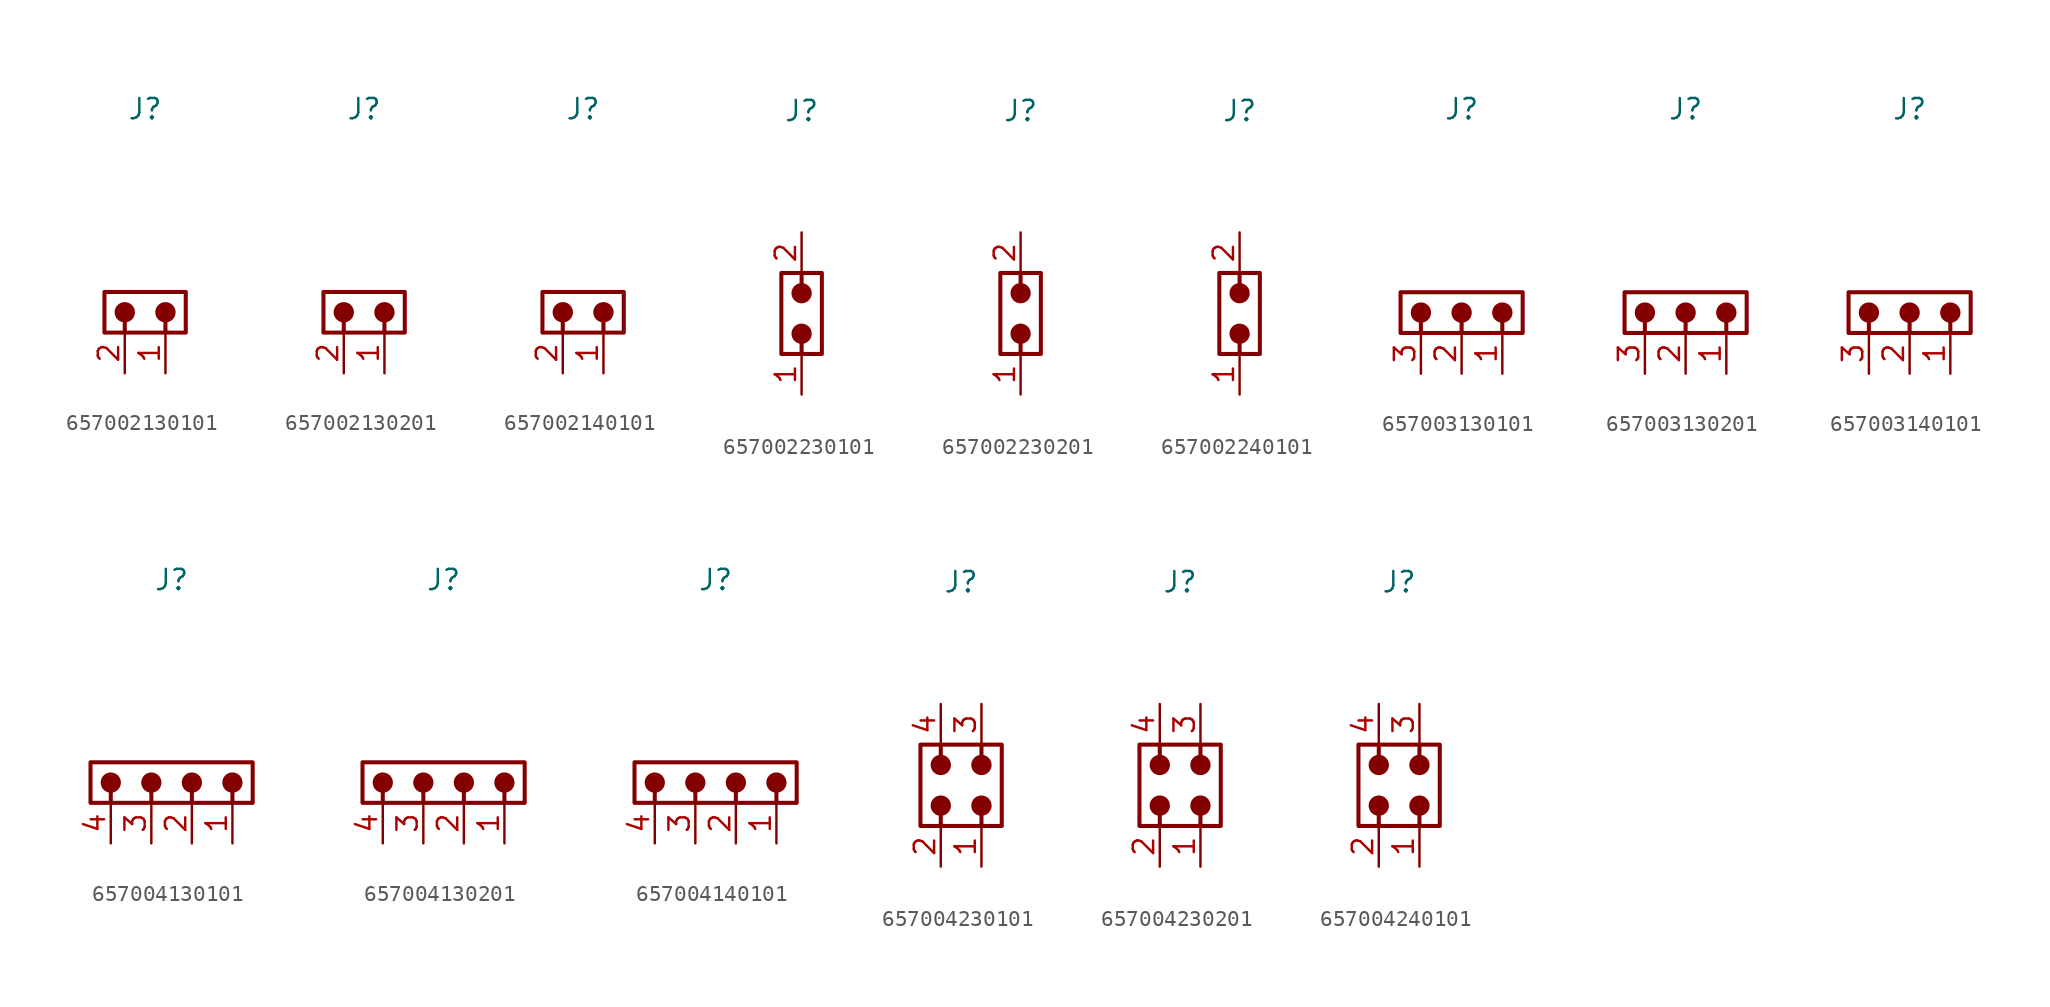
<source format=kicad_sym>
(kicad_symbol_lib
  (version 20241209)
  (generator "kicad_symbol_editor")
  (generator_version "9.0")
  (symbol "657002130101"
    (pin_names
      (hide yes))
    (property "Reference" "J"
      (at 0 12.7 0)
      (effects (font (size 1.27 1.27))))
    (symbol "657002130101_1_1"
      (rectangle (start -2.54 1.27) (end 2.54 -1.27) (stroke (width 0.254) (type solid)) (fill (type none)))
      (circle (center -1.27 0) (radius 0.508) (stroke (width 0.254) (type solid)) (fill (type outline)))
      (polyline (pts (xy -1.27 -0.508) (xy -1.27 -1.27)) (stroke (width 0.254) (type solid)) (fill (type none)))
      (circle (center 1.27 0) (radius 0.508) (stroke (width 0.254) (type solid)) (fill (type outline)))
      (polyline (pts (xy 1.27 -0.508) (xy 1.27 -1.27)) (stroke (width 0.254) (type solid)) (fill (type none)))
      (pin passive line (at -1.27 -3.81 90) (length 2.54) (name "2" (effects (font (size 1.27 1.27)))) (number "2" (effects (font (size 1.27 1.27)))))
      (pin passive line (at 1.27 -3.81 90) (length 2.54) (name "1" (effects (font (size 1.27 1.27)))) (number "1" (effects (font (size 1.27 1.27)))))))
  (symbol "657002130201"
    (pin_names
      (hide yes))
    (property "Reference" "J"
      (at 0 12.7 0)
      (effects (font (size 1.27 1.27))))
    (symbol "657002130201_1_1"
      (rectangle (start -2.54 1.27) (end 2.54 -1.27) (stroke (width 0.254) (type solid)) (fill (type none)))
      (circle (center -1.27 0) (radius 0.508) (stroke (width 0.254) (type solid)) (fill (type outline)))
      (polyline (pts (xy -1.27 -0.508) (xy -1.27 -1.27)) (stroke (width 0.254) (type solid)) (fill (type none)))
      (circle (center 1.27 0) (radius 0.508) (stroke (width 0.254) (type solid)) (fill (type outline)))
      (polyline (pts (xy 1.27 -0.508) (xy 1.27 -1.27)) (stroke (width 0.254) (type solid)) (fill (type none)))
      (pin passive line (at -1.27 -3.81 90) (length 2.54) (name "2" (effects (font (size 1.27 1.27)))) (number "2" (effects (font (size 1.27 1.27)))))
      (pin passive line (at 1.27 -3.81 90) (length 2.54) (name "1" (effects (font (size 1.27 1.27)))) (number "1" (effects (font (size 1.27 1.27)))))))
  (symbol "657002140101"
    (pin_names
      (hide yes))
    (property "Reference" "J"
      (at 0 12.7 0)
      (effects (font (size 1.27 1.27))))
    (symbol "657002140101_1_1"
      (rectangle (start -2.54 1.27) (end 2.54 -1.27) (stroke (width 0.254) (type solid)) (fill (type none)))
      (circle (center -1.27 0) (radius 0.508) (stroke (width 0.254) (type solid)) (fill (type outline)))
      (polyline (pts (xy -1.27 -0.508) (xy -1.27 -1.27)) (stroke (width 0.254) (type solid)) (fill (type none)))
      (circle (center 1.27 0) (radius 0.508) (stroke (width 0.254) (type solid)) (fill (type outline)))
      (polyline (pts (xy 1.27 -0.508) (xy 1.27 -1.27)) (stroke (width 0.254) (type solid)) (fill (type none)))
      (pin passive line (at -1.27 -3.81 90) (length 2.54) (name "2" (effects (font (size 1.27 1.27)))) (number "2" (effects (font (size 1.27 1.27)))))
      (pin passive line (at 1.27 -3.81 90) (length 2.54) (name "1" (effects (font (size 1.27 1.27)))) (number "1" (effects (font (size 1.27 1.27)))))))
  (symbol "657002230101"
    (pin_names
      (hide yes))
    (property "Reference" "J"
      (at 0 12.7 0)
      (effects (font (size 1.27 1.27))))
    (symbol "657002230101_1_1"
      (polyline (pts (xy 0 1.778) (xy 0 2.54)) (stroke (width 0.254) (type solid)) (fill (type none)))
      (circle (center 0 1.27) (radius 0.508) (stroke (width 0.254) (type solid)) (fill (type outline)))
      (circle (center 0 -1.27) (radius 0.508) (stroke (width 0.254) (type solid)) (fill (type outline)))
      (polyline (pts (xy 0 -1.778) (xy 0 -2.54)) (stroke (width 0.254) (type solid)) (fill (type none)))
      (rectangle (start 1.27 -2.54) (end -1.27 2.54) (stroke (width 0.254) (type solid)) (fill (type none)))
      (pin passive line (at 0 5.08 270) (length 2.54) (name "2" (effects (font (size 1.27 1.27)))) (number "2" (effects (font (size 1.27 1.27)))))
      (pin passive line (at 0 -5.08 90) (length 2.54) (name "1" (effects (font (size 1.27 1.27)))) (number "1" (effects (font (size 1.27 1.27)))))))
  (symbol "657002230201"
    (pin_names
      (hide yes))
    (property "Reference" "J"
      (at 0 12.7 0)
      (effects (font (size 1.27 1.27))))
    (symbol "657002230201_1_1"
      (polyline (pts (xy 0 1.778) (xy 0 2.54)) (stroke (width 0.254) (type solid)) (fill (type none)))
      (circle (center 0 1.27) (radius 0.508) (stroke (width 0.254) (type solid)) (fill (type outline)))
      (circle (center 0 -1.27) (radius 0.508) (stroke (width 0.254) (type solid)) (fill (type outline)))
      (polyline (pts (xy 0 -1.778) (xy 0 -2.54)) (stroke (width 0.254) (type solid)) (fill (type none)))
      (rectangle (start 1.27 -2.54) (end -1.27 2.54) (stroke (width 0.254) (type solid)) (fill (type none)))
      (pin passive line (at 0 5.08 270) (length 2.54) (name "2" (effects (font (size 1.27 1.27)))) (number "2" (effects (font (size 1.27 1.27)))))
      (pin passive line (at 0 -5.08 90) (length 2.54) (name "1" (effects (font (size 1.27 1.27)))) (number "1" (effects (font (size 1.27 1.27)))))))
  (symbol "657002240101"
    (pin_names
      (hide yes))
    (property "Reference" "J"
      (at 0 12.7 0)
      (effects (font (size 1.27 1.27))))
    (symbol "657002240101_1_1"
      (polyline (pts (xy 0 1.778) (xy 0 2.54)) (stroke (width 0.254) (type solid)) (fill (type none)))
      (circle (center 0 1.27) (radius 0.508) (stroke (width 0.254) (type solid)) (fill (type outline)))
      (circle (center 0 -1.27) (radius 0.508) (stroke (width 0.254) (type solid)) (fill (type outline)))
      (polyline (pts (xy 0 -1.778) (xy 0 -2.54)) (stroke (width 0.254) (type solid)) (fill (type none)))
      (rectangle (start 1.27 -2.54) (end -1.27 2.54) (stroke (width 0.254) (type solid)) (fill (type none)))
      (pin passive line (at 0 5.08 270) (length 2.54) (name "2" (effects (font (size 1.27 1.27)))) (number "2" (effects (font (size 1.27 1.27)))))
      (pin passive line (at 0 -5.08 90) (length 2.54) (name "1" (effects (font (size 1.27 1.27)))) (number "1" (effects (font (size 1.27 1.27)))))))
  (symbol "657003130101"
    (pin_names
      (hide yes))
    (property "Reference" "J"
      (at 0 12.7 0)
      (effects (font (size 1.27 1.27))))
    (symbol "657003130101_1_1"
      (rectangle (start -3.81 1.27) (end 3.81 -1.27) (stroke (width 0.254) (type solid)) (fill (type none)))
      (circle (center -2.54 0) (radius 0.508) (stroke (width 0.254) (type solid)) (fill (type outline)))
      (polyline (pts (xy -2.54 -0.508) (xy -2.54 -1.27)) (stroke (width 0.254) (type solid)) (fill (type none)))
      (circle (center 0 0) (radius 0.508) (stroke (width 0.254) (type solid)) (fill (type outline)))
      (polyline (pts (xy 0 -0.508) (xy 0 -1.27)) (stroke (width 0.254) (type solid)) (fill (type none)))
      (circle (center 2.54 0) (radius 0.508) (stroke (width 0.254) (type solid)) (fill (type outline)))
      (polyline (pts (xy 2.54 -0.508) (xy 2.54 -1.27)) (stroke (width 0.254) (type solid)) (fill (type none)))
      (pin passive line (at -2.54 -3.81 90) (length 2.54) (name "3" (effects (font (size 1.27 1.27)))) (number "3" (effects (font (size 1.27 1.27)))))
      (pin passive line (at 0 -3.81 90) (length 2.54) (name "2" (effects (font (size 1.27 1.27)))) (number "2" (effects (font (size 1.27 1.27)))))
      (pin passive line (at 2.54 -3.81 90) (length 2.54) (name "1" (effects (font (size 1.27 1.27)))) (number "1" (effects (font (size 1.27 1.27)))))))
  (symbol "657003130201"
    (pin_names
      (hide yes))
    (property "Reference" "J"
      (at 0 12.7 0)
      (effects (font (size 1.27 1.27))))
    (symbol "657003130201_1_1"
      (rectangle (start -3.81 1.27) (end 3.81 -1.27) (stroke (width 0.254) (type solid)) (fill (type none)))
      (circle (center -2.54 0) (radius 0.508) (stroke (width 0.254) (type solid)) (fill (type outline)))
      (polyline (pts (xy -2.54 -0.508) (xy -2.54 -1.27)) (stroke (width 0.254) (type solid)) (fill (type none)))
      (circle (center 0 0) (radius 0.508) (stroke (width 0.254) (type solid)) (fill (type outline)))
      (polyline (pts (xy 0 -0.508) (xy 0 -1.27)) (stroke (width 0.254) (type solid)) (fill (type none)))
      (circle (center 2.54 0) (radius 0.508) (stroke (width 0.254) (type solid)) (fill (type outline)))
      (polyline (pts (xy 2.54 -0.508) (xy 2.54 -1.27)) (stroke (width 0.254) (type solid)) (fill (type none)))
      (pin passive line (at -2.54 -3.81 90) (length 2.54) (name "3" (effects (font (size 1.27 1.27)))) (number "3" (effects (font (size 1.27 1.27)))))
      (pin passive line (at 0 -3.81 90) (length 2.54) (name "2" (effects (font (size 1.27 1.27)))) (number "2" (effects (font (size 1.27 1.27)))))
      (pin passive line (at 2.54 -3.81 90) (length 2.54) (name "1" (effects (font (size 1.27 1.27)))) (number "1" (effects (font (size 1.27 1.27)))))))
  (symbol "657003140101"
    (pin_names
      (hide yes))
    (property "Reference" "J"
      (at 0 12.7 0)
      (effects (font (size 1.27 1.27))))
    (symbol "657003140101_1_1"
      (rectangle (start -3.81 1.27) (end 3.81 -1.27) (stroke (width 0.254) (type solid)) (fill (type none)))
      (circle (center -2.54 0) (radius 0.508) (stroke (width 0.254) (type solid)) (fill (type outline)))
      (polyline (pts (xy -2.54 -0.508) (xy -2.54 -1.27)) (stroke (width 0.254) (type solid)) (fill (type none)))
      (circle (center 0 0) (radius 0.508) (stroke (width 0.254) (type solid)) (fill (type outline)))
      (polyline (pts (xy 0 -0.508) (xy 0 -1.27)) (stroke (width 0.254) (type solid)) (fill (type none)))
      (circle (center 2.54 0) (radius 0.508) (stroke (width 0.254) (type solid)) (fill (type outline)))
      (polyline (pts (xy 2.54 -0.508) (xy 2.54 -1.27)) (stroke (width 0.254) (type solid)) (fill (type none)))
      (pin passive line (at -2.54 -3.81 90) (length 2.54) (name "3" (effects (font (size 1.27 1.27)))) (number "3" (effects (font (size 1.27 1.27)))))
      (pin passive line (at 0 -3.81 90) (length 2.54) (name "2" (effects (font (size 1.27 1.27)))) (number "2" (effects (font (size 1.27 1.27)))))
      (pin passive line (at 2.54 -3.81 90) (length 2.54) (name "1" (effects (font (size 1.27 1.27)))) (number "1" (effects (font (size 1.27 1.27)))))))
  (symbol "657004130101"
    (pin_names
      (hide yes))
    (property "Reference" "J"
      (at 0 12.7 0)
      (effects (font (size 1.27 1.27))))
    (symbol "657004130101_1_1"
      (rectangle (start -5.08 1.27) (end 5.08 -1.27) (stroke (width 0.254) (type solid)) (fill (type none)))
      (circle (center -3.81 0) (radius 0.508) (stroke (width 0.254) (type solid)) (fill (type outline)))
      (polyline (pts (xy -3.81 -0.508) (xy -3.81 -1.27)) (stroke (width 0.254) (type solid)) (fill (type none)))
      (circle (center -1.27 0) (radius 0.508) (stroke (width 0.254) (type solid)) (fill (type outline)))
      (polyline (pts (xy -1.27 -0.508) (xy -1.27 -1.27)) (stroke (width 0.254) (type solid)) (fill (type none)))
      (circle (center 1.27 0) (radius 0.508) (stroke (width 0.254) (type solid)) (fill (type outline)))
      (polyline (pts (xy 1.27 -0.508) (xy 1.27 -1.27)) (stroke (width 0.254) (type solid)) (fill (type none)))
      (circle (center 3.81 0) (radius 0.508) (stroke (width 0.254) (type solid)) (fill (type outline)))
      (polyline (pts (xy 3.81 -0.508) (xy 3.81 -1.27)) (stroke (width 0.254) (type solid)) (fill (type none)))
      (pin passive line (at -3.81 -3.81 90) (length 2.54) (name "4" (effects (font (size 1.27 1.27)))) (number "4" (effects (font (size 1.27 1.27)))))
      (pin passive line (at -1.27 -3.81 90) (length 2.54) (name "3" (effects (font (size 1.27 1.27)))) (number "3" (effects (font (size 1.27 1.27)))))
      (pin passive line (at 1.27 -3.81 90) (length 2.54) (name "2" (effects (font (size 1.27 1.27)))) (number "2" (effects (font (size 1.27 1.27)))))
      (pin passive line (at 3.81 -3.81 90) (length 2.54) (name "1" (effects (font (size 1.27 1.27)))) (number "1" (effects (font (size 1.27 1.27)))))))
  (symbol "657004130201"
    (pin_names
      (hide yes))
    (property "Reference" "J"
      (at 0 12.7 0)
      (effects (font (size 1.27 1.27))))
    (symbol "657004130201_1_1"
      (rectangle (start -5.08 1.27) (end 5.08 -1.27) (stroke (width 0.254) (type solid)) (fill (type none)))
      (circle (center -3.81 0) (radius 0.508) (stroke (width 0.254) (type solid)) (fill (type outline)))
      (polyline (pts (xy -3.81 -0.508) (xy -3.81 -1.27)) (stroke (width 0.254) (type solid)) (fill (type none)))
      (circle (center -1.27 0) (radius 0.508) (stroke (width 0.254) (type solid)) (fill (type outline)))
      (polyline (pts (xy -1.27 -0.508) (xy -1.27 -1.27)) (stroke (width 0.254) (type solid)) (fill (type none)))
      (circle (center 1.27 0) (radius 0.508) (stroke (width 0.254) (type solid)) (fill (type outline)))
      (polyline (pts (xy 1.27 -0.508) (xy 1.27 -1.27)) (stroke (width 0.254) (type solid)) (fill (type none)))
      (circle (center 3.81 0) (radius 0.508) (stroke (width 0.254) (type solid)) (fill (type outline)))
      (polyline (pts (xy 3.81 -0.508) (xy 3.81 -1.27)) (stroke (width 0.254) (type solid)) (fill (type none)))
      (pin passive line (at -3.81 -3.81 90) (length 2.54) (name "4" (effects (font (size 1.27 1.27)))) (number "4" (effects (font (size 1.27 1.27)))))
      (pin passive line (at -1.27 -3.81 90) (length 2.54) (name "3" (effects (font (size 1.27 1.27)))) (number "3" (effects (font (size 1.27 1.27)))))
      (pin passive line (at 1.27 -3.81 90) (length 2.54) (name "2" (effects (font (size 1.27 1.27)))) (number "2" (effects (font (size 1.27 1.27)))))
      (pin passive line (at 3.81 -3.81 90) (length 2.54) (name "1" (effects (font (size 1.27 1.27)))) (number "1" (effects (font (size 1.27 1.27)))))))
  (symbol "657004140101"
    (pin_names
      (hide yes))
    (property "Reference" "J"
      (at 0 12.7 0)
      (effects (font (size 1.27 1.27))))
    (symbol "657004140101_1_1"
      (rectangle (start -5.08 1.27) (end 5.08 -1.27) (stroke (width 0.254) (type solid)) (fill (type none)))
      (circle (center -3.81 0) (radius 0.508) (stroke (width 0.254) (type solid)) (fill (type outline)))
      (polyline (pts (xy -3.81 -0.508) (xy -3.81 -1.27)) (stroke (width 0.254) (type solid)) (fill (type none)))
      (circle (center -1.27 0) (radius 0.508) (stroke (width 0.254) (type solid)) (fill (type outline)))
      (polyline (pts (xy -1.27 -0.508) (xy -1.27 -1.27)) (stroke (width 0.254) (type solid)) (fill (type none)))
      (circle (center 1.27 0) (radius 0.508) (stroke (width 0.254) (type solid)) (fill (type outline)))
      (polyline (pts (xy 1.27 -0.508) (xy 1.27 -1.27)) (stroke (width 0.254) (type solid)) (fill (type none)))
      (circle (center 3.81 0) (radius 0.508) (stroke (width 0.254) (type solid)) (fill (type outline)))
      (polyline (pts (xy 3.81 -0.508) (xy 3.81 -1.27)) (stroke (width 0.254) (type solid)) (fill (type none)))
      (pin passive line (at -3.81 -3.81 90) (length 2.54) (name "4" (effects (font (size 1.27 1.27)))) (number "4" (effects (font (size 1.27 1.27)))))
      (pin passive line (at -1.27 -3.81 90) (length 2.54) (name "3" (effects (font (size 1.27 1.27)))) (number "3" (effects (font (size 1.27 1.27)))))
      (pin passive line (at 1.27 -3.81 90) (length 2.54) (name "2" (effects (font (size 1.27 1.27)))) (number "2" (effects (font (size 1.27 1.27)))))
      (pin passive line (at 3.81 -3.81 90) (length 2.54) (name "1" (effects (font (size 1.27 1.27)))) (number "1" (effects (font (size 1.27 1.27)))))))
  (symbol "657004230101"
    (pin_names
      (hide yes))
    (property "Reference" "J"
      (at 0 12.7 0)
      (effects (font (size 1.27 1.27))))
    (symbol "657004230101_1_1"
      (rectangle (start -2.54 2.54) (end 2.54 -2.54) (stroke (width 0.254) (type solid)) (fill (type none)))
      (polyline (pts (xy -1.27 1.778) (xy -1.27 2.54)) (stroke (width 0.254) (type solid)) (fill (type none)))
      (circle (center -1.27 1.27) (radius 0.508) (stroke (width 0.254) (type solid)) (fill (type outline)))
      (circle (center -1.27 -1.27) (radius 0.508) (stroke (width 0.254) (type solid)) (fill (type outline)))
      (polyline (pts (xy -1.27 -1.778) (xy -1.27 -2.54)) (stroke (width 0.254) (type solid)) (fill (type none)))
      (polyline (pts (xy 1.27 1.778) (xy 1.27 2.54)) (stroke (width 0.254) (type solid)) (fill (type none)))
      (circle (center 1.27 1.27) (radius 0.508) (stroke (width 0.254) (type solid)) (fill (type outline)))
      (circle (center 1.27 -1.27) (radius 0.508) (stroke (width 0.254) (type solid)) (fill (type outline)))
      (polyline (pts (xy 1.27 -1.778) (xy 1.27 -2.54)) (stroke (width 0.254) (type solid)) (fill (type none)))
      (pin passive line (at -1.27 5.08 270) (length 2.54) (name "4" (effects (font (size 1.27 1.27)))) (number "4" (effects (font (size 1.27 1.27)))))
      (pin passive line (at -1.27 -5.08 90) (length 2.54) (name "2" (effects (font (size 1.27 1.27)))) (number "2" (effects (font (size 1.27 1.27)))))
      (pin passive line (at 1.27 5.08 270) (length 2.54) (name "3" (effects (font (size 1.27 1.27)))) (number "3" (effects (font (size 1.27 1.27)))))
      (pin passive line (at 1.27 -5.08 90) (length 2.54) (name "1" (effects (font (size 1.27 1.27)))) (number "1" (effects (font (size 1.27 1.27)))))))
  (symbol "657004230201"
    (pin_names
      (hide yes))
    (property "Reference" "J"
      (at 0 12.7 0)
      (effects (font (size 1.27 1.27))))
    (symbol "657004230201_1_1"
      (rectangle (start -2.54 2.54) (end 2.54 -2.54) (stroke (width 0.254) (type solid)) (fill (type none)))
      (polyline (pts (xy -1.27 1.778) (xy -1.27 2.54)) (stroke (width 0.254) (type solid)) (fill (type none)))
      (circle (center -1.27 1.27) (radius 0.508) (stroke (width 0.254) (type solid)) (fill (type outline)))
      (circle (center -1.27 -1.27) (radius 0.508) (stroke (width 0.254) (type solid)) (fill (type outline)))
      (polyline (pts (xy -1.27 -1.778) (xy -1.27 -2.54)) (stroke (width 0.254) (type solid)) (fill (type none)))
      (polyline (pts (xy 1.27 1.778) (xy 1.27 2.54)) (stroke (width 0.254) (type solid)) (fill (type none)))
      (circle (center 1.27 1.27) (radius 0.508) (stroke (width 0.254) (type solid)) (fill (type outline)))
      (circle (center 1.27 -1.27) (radius 0.508) (stroke (width 0.254) (type solid)) (fill (type outline)))
      (polyline (pts (xy 1.27 -1.778) (xy 1.27 -2.54)) (stroke (width 0.254) (type solid)) (fill (type none)))
      (pin passive line (at -1.27 5.08 270) (length 2.54) (name "4" (effects (font (size 1.27 1.27)))) (number "4" (effects (font (size 1.27 1.27)))))
      (pin passive line (at -1.27 -5.08 90) (length 2.54) (name "2" (effects (font (size 1.27 1.27)))) (number "2" (effects (font (size 1.27 1.27)))))
      (pin passive line (at 1.27 5.08 270) (length 2.54) (name "3" (effects (font (size 1.27 1.27)))) (number "3" (effects (font (size 1.27 1.27)))))
      (pin passive line (at 1.27 -5.08 90) (length 2.54) (name "1" (effects (font (size 1.27 1.27)))) (number "1" (effects (font (size 1.27 1.27)))))))
  (symbol "657004240101"
    (pin_names
      (hide yes))
    (property "Reference" "J"
      (at 0 12.7 0)
      (effects (font (size 1.27 1.27))))
    (symbol "657004240101_1_1"
      (rectangle (start -2.54 2.54) (end 2.54 -2.54) (stroke (width 0.254) (type solid)) (fill (type none)))
      (polyline (pts (xy -1.27 1.778) (xy -1.27 2.54)) (stroke (width 0.254) (type solid)) (fill (type none)))
      (circle (center -1.27 1.27) (radius 0.508) (stroke (width 0.254) (type solid)) (fill (type outline)))
      (circle (center -1.27 -1.27) (radius 0.508) (stroke (width 0.254) (type solid)) (fill (type outline)))
      (polyline (pts (xy -1.27 -1.778) (xy -1.27 -2.54)) (stroke (width 0.254) (type solid)) (fill (type none)))
      (polyline (pts (xy 1.27 1.778) (xy 1.27 2.54)) (stroke (width 0.254) (type solid)) (fill (type none)))
      (circle (center 1.27 1.27) (radius 0.508) (stroke (width 0.254) (type solid)) (fill (type outline)))
      (circle (center 1.27 -1.27) (radius 0.508) (stroke (width 0.254) (type solid)) (fill (type outline)))
      (polyline (pts (xy 1.27 -1.778) (xy 1.27 -2.54)) (stroke (width 0.254) (type solid)) (fill (type none)))
      (pin passive line (at -1.27 5.08 270) (length 2.54) (name "4" (effects (font (size 1.27 1.27)))) (number "4" (effects (font (size 1.27 1.27)))))
      (pin passive line (at -1.27 -5.08 90) (length 2.54) (name "2" (effects (font (size 1.27 1.27)))) (number "2" (effects (font (size 1.27 1.27)))))
      (pin passive line (at 1.27 5.08 270) (length 2.54) (name "3" (effects (font (size 1.27 1.27)))) (number "3" (effects (font (size 1.27 1.27)))))
      (pin passive line (at 1.27 -5.08 90) (length 2.54) (name "1" (effects (font (size 1.27 1.27)))) (number "1" (effects (font (size 1.27 1.27))))))))
</source>
